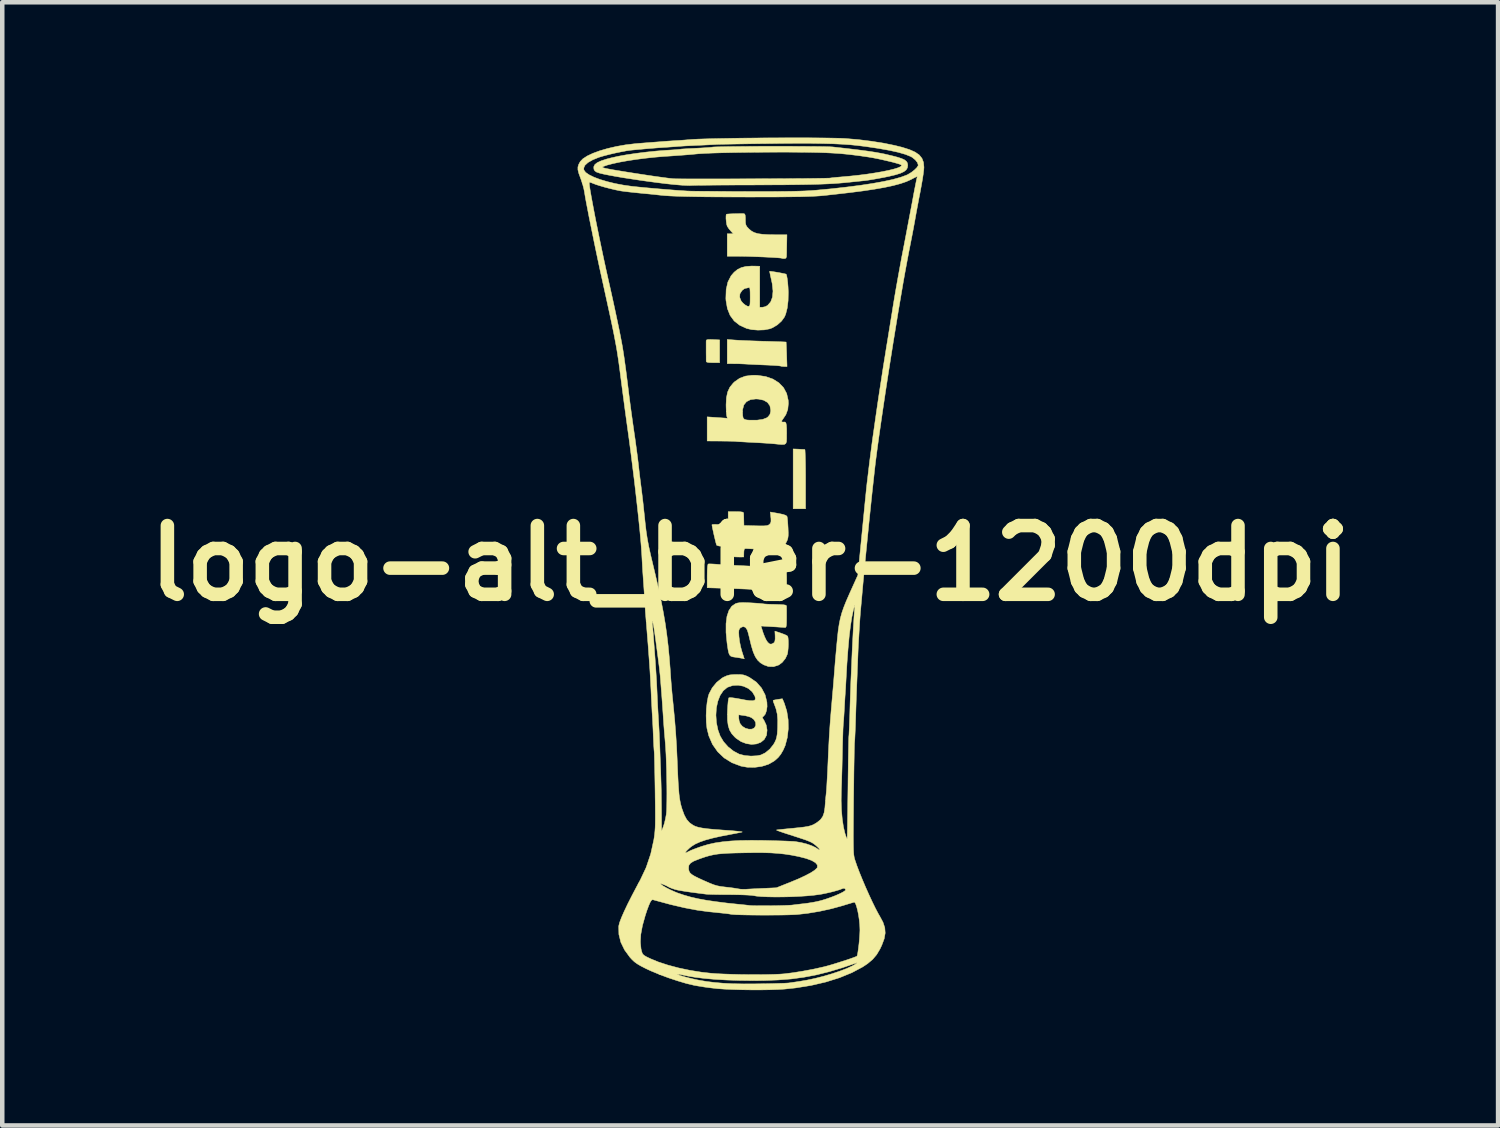
<source format=kicad_pcb>
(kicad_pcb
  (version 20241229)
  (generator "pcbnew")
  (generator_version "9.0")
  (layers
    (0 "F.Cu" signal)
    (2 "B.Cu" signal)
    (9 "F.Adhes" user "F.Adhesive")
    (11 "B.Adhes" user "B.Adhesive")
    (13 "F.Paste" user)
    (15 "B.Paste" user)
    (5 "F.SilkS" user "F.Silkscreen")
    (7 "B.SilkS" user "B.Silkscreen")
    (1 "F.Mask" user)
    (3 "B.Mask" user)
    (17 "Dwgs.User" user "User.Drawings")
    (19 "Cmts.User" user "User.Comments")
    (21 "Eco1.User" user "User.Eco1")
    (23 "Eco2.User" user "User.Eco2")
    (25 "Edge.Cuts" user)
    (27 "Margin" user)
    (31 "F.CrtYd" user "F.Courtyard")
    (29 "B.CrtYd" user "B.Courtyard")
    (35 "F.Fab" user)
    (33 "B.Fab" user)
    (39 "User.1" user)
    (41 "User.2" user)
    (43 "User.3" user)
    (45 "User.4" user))
  (footprint "logo-alt_bier-1200dpi"
    (layer "F.Cu")
    (at 13.578 9.434)
    (property "Reference" "logo-alt_bier-1200dpi" (at 0 0 0) (layer "F.SilkS") (effects (font (size 1.524 1.524) (thickness 0.3))))
    (attr through_hole)
    (fp_poly (pts (xy 1.074 -2.528) (xy 1.143 -2.524) (xy 1.194 -2.522) (xy 1.212 -2.52) (xy 1.216 -2.5) (xy 1.219 -2.442) (xy 1.222 -2.352) (xy 1.225 -2.235) (xy 1.227 -2.096) (xy 1.228 -1.94) (xy 1.228 -1.863) (xy 1.228 -1.206) (xy 0.953 -1.206) (xy 0.953 -2.533) (xy 1.074 -2.528)) (stroke (width 0.01) (type solid)) (fill yes) (layer "F.SilkS"))
    (fp_poly (pts (xy -0.826 -4.957) (xy -0.677 -4.95) (xy -0.677 -4.445) (xy -0.826 -4.445) (xy -0.912 -4.448) (xy -0.96 -4.457) (xy -0.974 -4.471) (xy -0.975 -4.514) (xy -0.975 -4.584) (xy -0.976 -4.669) (xy -0.976 -4.758) (xy -0.976 -4.839) (xy -0.976 -4.901) (xy -0.975 -4.932) (xy -0.967 -4.949) (xy -0.938 -4.957) (xy -0.88 -4.959) (xy -0.826 -4.957)) (stroke (width 0.01) (type solid)) (fill yes) (layer "F.SilkS"))
    (fp_poly (pts (xy -0.312 -4.945) (xy -0.23 -4.94) (xy -0.115 -4.935) (xy 0.022 -4.929) (xy 0.17 -4.924) (xy 0.32 -4.919) (xy 0.339 -4.919) (xy 0.473 -4.915) (xy 0.591 -4.911) (xy 0.688 -4.908) (xy 0.758 -4.905) (xy 0.793 -4.903) (xy 0.797 -4.903) (xy 0.798 -4.882) (xy 0.801 -4.827) (xy 0.804 -4.745) (xy 0.808 -4.646) (xy 0.808 -4.63) (xy 0.817 -4.36) (xy 0.751 -4.36) (xy 0.701 -4.363) (xy 0.675 -4.37) (xy 0.675 -4.37) (xy 0.651 -4.374) (xy 0.593 -4.38) (xy 0.508 -4.385) (xy 0.403 -4.391) (xy 0.348 -4.393) (xy 0.227 -4.398) (xy 0.111 -4.403) (xy 0.012 -4.408) (xy -0.059 -4.412) (xy -0.074 -4.413) (xy -0.15 -4.417) (xy -0.247 -4.421) (xy -0.344 -4.422) (xy -0.508 -4.424) (xy -0.508 -4.959) (xy -0.312 -4.945)) (stroke (width 0.01) (type solid)) (fill yes) (layer "F.SilkS"))
    (fp_poly (pts (xy -0.838 0.017) (xy -0.758 0.022) (xy -0.736 0.024) (xy -0.653 0.03) (xy -0.541 0.037) (xy -0.411 0.044) (xy -0.277 0.051) (xy -0.225 0.053) (xy -0.104 0.059) (xy 0.007 0.064) (xy 0.098 0.07) (xy 0.16 0.074) (xy 0.18 0.076) (xy 0.225 0.079) (xy 0.302 0.082) (xy 0.4 0.085) (xy 0.509 0.087) (xy 0.514 0.087) (xy 0.617 0.09) (xy 0.704 0.095) (xy 0.766 0.102) (xy 0.796 0.109) (xy 0.797 0.11) (xy 0.801 0.138) (xy 0.805 0.199) (xy 0.808 0.284) (xy 0.809 0.377) (xy 0.809 0.624) (xy 0.754 0.627) (xy 0.711 0.626) (xy 0.693 0.623) (xy 0.671 0.619) (xy 0.614 0.615) (xy 0.531 0.61) (xy 0.428 0.604) (xy 0.391 0.603) (xy 0.279 0.597) (xy 0.179 0.591) (xy 0.099 0.586) (xy 0.05 0.582) (xy 0.043 0.581) (xy 0.007 0.578) (xy -0.064 0.574) (xy -0.164 0.57) (xy -0.285 0.565) (xy -0.421 0.56) (xy -0.481 0.558) (xy -0.953 0.544) (xy -0.953 0.284) (xy -0.951 0.16) (xy -0.945 0.074) (xy -0.936 0.026) (xy -0.929 0.017) (xy -0.899 0.015) (xy -0.838 0.017)) (stroke (width 0.01) (type solid)) (fill yes) (layer "F.SilkS"))
    (fp_poly (pts (xy -0.151 -7.749) (xy -0.143 -7.748) (xy -0.122 -7.741) (xy -0.111 -7.715) (xy -0.106 -7.661) (xy -0.106 -7.618) (xy -0.104 -7.543) (xy -0.093 -7.494) (xy -0.068 -7.453) (xy -0.026 -7.409) (xy 0.028 -7.363) (xy 0.092 -7.329) (xy 0.171 -7.305) (xy 0.273 -7.291) (xy 0.405 -7.283) (xy 0.546 -7.281) (xy 0.815 -7.281) (xy 0.811 -7.064) (xy 0.809 -6.968) (xy 0.808 -6.883) (xy 0.806 -6.821) (xy 0.806 -6.8) (xy 0.793 -6.762) (xy 0.755 -6.752) (xy 0.713 -6.755) (xy 0.697 -6.761) (xy 0.673 -6.765) (xy 0.614 -6.77) (xy 0.527 -6.776) (xy 0.418 -6.782) (xy 0.295 -6.788) (xy 0.164 -6.793) (xy 0.033 -6.798) (xy -0.091 -6.802) (xy -0.202 -6.804) (xy -0.291 -6.805) (xy -0.508 -6.805) (xy -0.508 -7.054) (xy -0.508 -7.303) (xy -0.373 -7.303) (xy -0.427 -7.361) (xy -0.472 -7.414) (xy -0.506 -7.466) (xy -0.508 -7.469) (xy -0.521 -7.512) (xy -0.53 -7.575) (xy -0.536 -7.643) (xy -0.535 -7.701) (xy -0.528 -7.734) (xy -0.527 -7.735) (xy -0.504 -7.739) (xy -0.45 -7.743) (xy -0.376 -7.746) (xy -0.294 -7.748) (xy -0.215 -7.749) (xy -0.151 -7.749)) (stroke (width 0.01) (type solid)) (fill yes) (layer "F.SilkS"))
    (fp_poly (pts (xy -0.224 -1.141) (xy -0.168 -1.133) (xy -0.147 -1.119) (xy -0.146 -1.117) (xy -0.144 -1.082) (xy -0.142 -1.02) (xy -0.141 -0.963) (xy -0.138 -0.836) (xy 0.124 -0.829) (xy 0.236 -0.827) (xy 0.314 -0.828) (xy 0.366 -0.833) (xy 0.399 -0.842) (xy 0.423 -0.857) (xy 0.428 -0.861) (xy 0.452 -0.89) (xy 0.462 -0.928) (xy 0.461 -0.988) (xy 0.458 -1.017) (xy 0.446 -1.135) (xy 0.624 -1.104) (xy 0.728 -1.082) (xy 0.791 -1.06) (xy 0.816 -1.039) (xy 0.823 -1.005) (xy 0.83 -0.939) (xy 0.836 -0.851) (xy 0.84 -0.783) (xy 0.844 -0.68) (xy 0.843 -0.608) (xy 0.836 -0.556) (xy 0.823 -0.512) (xy 0.801 -0.466) (xy 0.765 -0.405) (xy 0.726 -0.36) (xy 0.677 -0.33) (xy 0.611 -0.311) (xy 0.521 -0.303) (xy 0.402 -0.303) (xy 0.286 -0.307) (xy 0.17 -0.313) (xy 0.066 -0.317) (xy -0.018 -0.321) (xy -0.073 -0.324) (xy -0.085 -0.325) (xy -0.117 -0.323) (xy -0.133 -0.305) (xy -0.139 -0.26) (xy -0.14 -0.233) (xy -0.142 -0.138) (xy -0.224 -0.137) (xy -0.303 -0.139) (xy -0.387 -0.143) (xy -0.397 -0.144) (xy -0.487 -0.151) (xy -0.487 -0.255) (xy -0.49 -0.319) (xy -0.5 -0.351) (xy -0.522 -0.361) (xy -0.524 -0.361) (xy -0.586 -0.365) (xy -0.652 -0.375) (xy -0.709 -0.386) (xy -0.741 -0.398) (xy -0.743 -0.399) (xy -0.751 -0.423) (xy -0.766 -0.478) (xy -0.784 -0.553) (xy -0.804 -0.637) (xy -0.822 -0.72) (xy -0.837 -0.791) (xy -0.846 -0.84) (xy -0.847 -0.853) (xy -0.827 -0.859) (xy -0.775 -0.86) (xy -0.7 -0.858) (xy -0.667 -0.856) (xy -0.487 -0.842) (xy -0.487 -1.143) (xy -0.318 -1.143) (xy -0.224 -1.141)) (stroke (width 0.01) (type solid)) (fill yes) (layer "F.SilkS"))
    (fp_poly (pts (xy 0.143 -6.585) (xy 0.212 -6.583) (xy 0.212 -5.673) (xy 0.272 -5.673) (xy 0.333 -5.686) (xy 0.386 -5.714) (xy 0.455 -5.793) (xy 0.494 -5.898) (xy 0.506 -6.031) (xy 0.489 -6.194) (xy 0.467 -6.297) (xy 0.449 -6.375) (xy 0.437 -6.436) (xy 0.431 -6.468) (xy 0.432 -6.471) (xy 0.453 -6.47) (xy 0.505 -6.463) (xy 0.574 -6.452) (xy 0.65 -6.439) (xy 0.72 -6.425) (xy 0.773 -6.414) (xy 0.797 -6.407) (xy 0.797 -6.407) (xy 0.809 -6.376) (xy 0.821 -6.311) (xy 0.832 -6.224) (xy 0.84 -6.122) (xy 0.845 -6.015) (xy 0.845 -6.003) (xy 0.841 -5.82) (xy 0.822 -5.658) (xy 0.788 -5.524) (xy 0.761 -5.459) (xy 0.695 -5.367) (xy 0.602 -5.283) (xy 0.495 -5.219) (xy 0.436 -5.196) (xy 0.312 -5.172) (xy 0.172 -5.167) (xy 0.033 -5.178) (xy -0.078 -5.204) (xy -0.233 -5.275) (xy -0.355 -5.371) (xy -0.445 -5.494) (xy -0.505 -5.645) (xy -0.536 -5.825) (xy -0.539 -5.874) (xy -0.538 -5.893) (xy -0.233 -5.893) (xy -0.2 -5.813) (xy -0.161 -5.766) (xy -0.109 -5.723) (xy -0.061 -5.697) (xy -0.044 -5.694) (xy -0.024 -5.696) (xy -0.011 -5.709) (xy -0.004 -5.739) (xy -0.001 -5.794) (xy -0.000015 -5.883) (xy 0 -5.908) (xy -0.001 -6.005) (xy -0.004 -6.067) (xy -0.01 -6.1) (xy -0.021 -6.111) (xy -0.033 -6.109) (xy -0.082 -6.097) (xy -0.098 -6.096) (xy -0.133 -6.082) (xy -0.177 -6.048) (xy -0.181 -6.044) (xy -0.227 -5.972) (xy -0.233 -5.893) (xy -0.538 -5.893) (xy -0.532 -6.067) (xy -0.494 -6.233) (xy -0.424 -6.37) (xy -0.356 -6.449) (xy -0.28 -6.511) (xy -0.195 -6.553) (xy -0.094 -6.578) (xy 0.033 -6.587) (xy 0.143 -6.585)) (stroke (width 0.01) (type solid)) (fill yes) (layer "F.SilkS"))
    (fp_poly (pts (xy 0.157 -4.165) (xy 0.343 -4.138) (xy 0.504 -4.082) (xy 0.636 -3.999) (xy 0.739 -3.892) (xy 0.809 -3.762) (xy 0.843 -3.613) (xy 0.847 -3.545) (xy 0.834 -3.41) (xy 0.792 -3.295) (xy 0.737 -3.212) (xy 0.702 -3.161) (xy 0.699 -3.135) (xy 0.728 -3.128) (xy 0.755 -3.131) (xy 0.778 -3.127) (xy 0.794 -3.104) (xy 0.803 -3.057) (xy 0.808 -2.979) (xy 0.809 -2.865) (xy 0.808 -2.86) (xy 0.808 -2.761) (xy 0.805 -2.694) (xy 0.79 -2.653) (xy 0.759 -2.634) (xy 0.703 -2.631) (xy 0.617 -2.638) (xy 0.54 -2.646) (xy 0.456 -2.653) (xy 0.343 -2.661) (xy 0.214 -2.669) (xy 0.081 -2.676) (xy 0.042 -2.678) (xy -0.073 -2.684) (xy -0.175 -2.69) (xy -0.255 -2.694) (xy -0.306 -2.698) (xy -0.318 -2.7) (xy -0.349 -2.702) (xy -0.415 -2.704) (xy -0.506 -2.706) (xy -0.613 -2.707) (xy -0.651 -2.708) (xy -0.953 -2.709) (xy -0.953 -3.244) (xy -0.504 -3.213) (xy -0.519 -3.26) (xy -0.525 -3.301) (xy -0.53 -3.361) (xy -0.169 -3.361) (xy -0.166 -3.273) (xy -0.155 -3.218) (xy -0.126 -3.188) (xy -0.075 -3.175) (xy -0.014 -3.171) (xy 0.152 -3.171) (xy 0.28 -3.189) (xy 0.37 -3.224) (xy 0.4 -3.248) (xy 0.439 -3.301) (xy 0.454 -3.365) (xy 0.455 -3.396) (xy 0.437 -3.491) (xy 0.384 -3.564) (xy 0.298 -3.614) (xy 0.182 -3.638) (xy 0.127 -3.641) (xy 0.008 -3.626) (xy -0.081 -3.581) (xy -0.14 -3.508) (xy -0.167 -3.406) (xy -0.169 -3.361) (xy -0.53 -3.361) (xy -0.53 -3.373) (xy -0.533 -3.462) (xy -0.534 -3.512) (xy -0.526 -3.669) (xy -0.499 -3.796) (xy -0.45 -3.901) (xy -0.376 -3.992) (xy -0.343 -4.023) (xy -0.232 -4.1) (xy -0.106 -4.147) (xy 0.042 -4.166) (xy 0.157 -4.165)) (stroke (width 0.01) (type solid)) (fill yes) (layer "F.SilkS"))
    (fp_poly (pts (xy -0.061 0.875) (xy 0.02 0.879) (xy 0.121 0.885) (xy 0.207 0.891) (xy 0.269 0.897) (xy 0.297 0.901) (xy 0.298 0.901) (xy 0.323 0.904) (xy 0.381 0.908) (xy 0.464 0.911) (xy 0.557 0.913) (xy 0.665 0.917) (xy 0.737 0.921) (xy 0.78 0.928) (xy 0.801 0.939) (xy 0.806 0.951) (xy 0.806 0.985) (xy 0.807 1.051) (xy 0.807 1.138) (xy 0.807 1.206) (xy 0.806 1.306) (xy 0.803 1.37) (xy 0.796 1.407) (xy 0.785 1.423) (xy 0.769 1.425) (xy 0.769 1.425) (xy 0.734 1.422) (xy 0.666 1.418) (xy 0.577 1.412) (xy 0.485 1.407) (xy 0.239 1.392) (xy 0.289 1.548) (xy 0.321 1.631) (xy 0.356 1.704) (xy 0.389 1.753) (xy 0.391 1.755) (xy 0.431 1.789) (xy 0.465 1.794) (xy 0.496 1.782) (xy 0.529 1.762) (xy 0.547 1.731) (xy 0.554 1.679) (xy 0.553 1.596) (xy 0.552 1.583) (xy 0.548 1.505) (xy 0.682 1.55) (xy 0.752 1.576) (xy 0.806 1.6) (xy 0.83 1.617) (xy 0.84 1.654) (xy 0.845 1.72) (xy 0.846 1.802) (xy 0.842 1.889) (xy 0.834 1.967) (xy 0.825 2.015) (xy 0.781 2.111) (xy 0.711 2.198) (xy 0.635 2.255) (xy 0.52 2.293) (xy 0.405 2.29) (xy 0.302 2.253) (xy 0.226 2.207) (xy 0.165 2.148) (xy 0.113 2.071) (xy 0.068 1.968) (xy 0.027 1.835) (xy -0.01 1.683) (xy -0.03 1.599) (xy -0.05 1.525) (xy -0.066 1.477) (xy -0.104 1.422) (xy -0.154 1.404) (xy -0.208 1.426) (xy -0.216 1.432) (xy -0.238 1.457) (xy -0.25 1.488) (xy -0.253 1.538) (xy -0.249 1.617) (xy -0.248 1.63) (xy -0.235 1.733) (xy -0.212 1.85) (xy -0.183 1.955) (xy -0.13 2.12) (xy -0.176 2.109) (xy -0.224 2.1) (xy -0.293 2.089) (xy -0.335 2.083) (xy -0.389 2.075) (xy -0.428 2.061) (xy -0.455 2.035) (xy -0.474 1.991) (xy -0.49 1.921) (xy -0.505 1.819) (xy -0.513 1.763) (xy -0.535 1.535) (xy -0.535 1.339) (xy -0.514 1.176) (xy -0.471 1.048) (xy -0.408 0.954) (xy -0.324 0.896) (xy -0.282 0.883) (xy -0.23 0.875) (xy -0.159 0.872) (xy -0.061 0.875)) (stroke (width 0.01) (type solid)) (fill yes) (layer "F.SilkS"))
    (fp_poly (pts (xy -0.216 2.468) (xy -0.15 2.476) (xy -0.091 2.495) (xy -0.023 2.528) (xy -0.004 2.539) (xy 0.14 2.639) (xy 0.252 2.767) (xy 0.331 2.917) (xy 0.371 3.08) (xy 0.375 3.176) (xy 0.362 3.267) (xy 0.337 3.342) (xy 0.301 3.388) (xy 0.298 3.39) (xy 0.276 3.408) (xy 0.274 3.429) (xy 0.296 3.467) (xy 0.309 3.487) (xy 0.355 3.586) (xy 0.375 3.699) (xy 0.364 3.806) (xy 0.36 3.819) (xy 0.311 3.908) (xy 0.235 3.97) (xy 0.139 4.006) (xy 0.03 4.016) (xy -0.086 3.998) (xy -0.202 3.954) (xy -0.31 3.881) (xy -0.341 3.853) (xy -0.409 3.778) (xy -0.457 3.696) (xy -0.487 3.599) (xy -0.503 3.482) (xy -0.504 3.427) (xy -0.254 3.427) (xy -0.244 3.496) (xy -0.221 3.559) (xy -0.173 3.616) (xy -0.105 3.658) (xy -0.029 3.679) (xy 0.042 3.677) (xy 0.094 3.65) (xy 0.125 3.593) (xy 0.12 3.528) (xy 0.085 3.467) (xy 0.024 3.42) (xy -0.033 3.399) (xy -0.109 3.38) (xy -0.145 3.375) (xy -0.254 3.36) (xy -0.254 3.427) (xy -0.504 3.427) (xy -0.505 3.334) (xy -0.502 3.253) (xy -0.496 3.153) (xy -0.489 3.069) (xy -0.48 3.009) (xy -0.472 2.983) (xy -0.445 2.979) (xy -0.385 2.984) (xy -0.302 2.996) (xy -0.243 3.007) (xy -0.106 3.033) (xy -0.005 3.047) (xy 0.063 3.048) (xy 0.102 3.035) (xy 0.116 3.007) (xy 0.109 2.964) (xy 0.103 2.944) (xy 0.046 2.85) (xy -0.041 2.776) (xy -0.147 2.727) (xy -0.265 2.704) (xy -0.384 2.71) (xy -0.497 2.748) (xy -0.508 2.753) (xy -0.596 2.826) (xy -0.666 2.93) (xy -0.717 3.06) (xy -0.749 3.208) (xy -0.759 3.368) (xy -0.748 3.533) (xy -0.714 3.696) (xy -0.664 3.833) (xy -0.591 3.955) (xy -0.489 4.07) (xy -0.369 4.165) (xy -0.245 4.231) (xy -0.243 4.232) (xy -0.121 4.263) (xy 0.017 4.275) (xy 0.153 4.268) (xy 0.236 4.251) (xy 0.337 4.202) (xy 0.434 4.122) (xy 0.516 4.02) (xy 0.544 3.972) (xy 0.571 3.914) (xy 0.588 3.855) (xy 0.6 3.784) (xy 0.607 3.689) (xy 0.609 3.636) (xy 0.611 3.476) (xy 0.6 3.344) (xy 0.573 3.228) (xy 0.536 3.127) (xy 0.516 3.076) (xy 0.509 3.044) (xy 0.51 3.04) (xy 0.534 3.033) (xy 0.586 3.023) (xy 0.616 3.018) (xy 0.714 3.004) (xy 0.757 3.105) (xy 0.812 3.28) (xy 0.842 3.472) (xy 0.845 3.671) (xy 0.823 3.864) (xy 0.776 4.042) (xy 0.731 4.144) (xy 0.678 4.235) (xy 0.623 4.304) (xy 0.552 4.368) (xy 0.525 4.389) (xy 0.404 4.457) (xy 0.258 4.503) (xy 0.098 4.525) (xy -0.067 4.522) (xy -0.206 4.497) (xy -0.403 4.423) (xy -0.576 4.316) (xy -0.72 4.179) (xy -0.835 4.015) (xy -0.917 3.826) (xy -0.958 3.659) (xy -0.972 3.527) (xy -0.976 3.379) (xy -0.97 3.226) (xy -0.954 3.082) (xy -0.931 2.959) (xy -0.912 2.897) (xy -0.841 2.762) (xy -0.742 2.641) (xy -0.623 2.546) (xy -0.585 2.524) (xy -0.517 2.494) (xy -0.452 2.476) (xy -0.373 2.469) (xy -0.307 2.467) (xy -0.216 2.468)) (stroke (width 0.01) (type solid)) (fill yes) (layer "F.SilkS"))
    (fp_poly (pts (xy 0.875 -9.24) (xy 1.074 -9.239) (xy 1.259 -9.238) (xy 1.427 -9.237) (xy 1.573 -9.235) (xy 1.692 -9.233) (xy 1.779 -9.23) (xy 1.831 -9.227) (xy 2.125 -9.194) (xy 2.379 -9.164) (xy 2.594 -9.136) (xy 2.772 -9.109) (xy 2.915 -9.083) (xy 2.984 -9.069) (xy 3.145 -9.031) (xy 3.268 -8.999) (xy 3.359 -8.969) (xy 3.422 -8.94) (xy 3.462 -8.908) (xy 3.484 -8.873) (xy 3.492 -8.831) (xy 3.493 -8.816) (xy 3.484 -8.763) (xy 3.457 -8.718) (xy 3.407 -8.679) (xy 3.329 -8.643) (xy 3.22 -8.609) (xy 3.076 -8.575) (xy 2.97 -8.553) (xy 2.848 -8.53) (xy 2.729 -8.509) (xy 2.625 -8.492) (xy 2.547 -8.481) (xy 2.529 -8.479) (xy 2.449 -8.471) (xy 2.344 -8.46) (xy 2.235 -8.449) (xy 2.201 -8.445) (xy 2.089 -8.434) (xy 1.972 -8.424) (xy 1.848 -8.415) (xy 1.713 -8.408) (xy 1.563 -8.402) (xy 1.394 -8.397) (xy 1.202 -8.393) (xy 0.984 -8.39) (xy 0.735 -8.387) (xy 0.452 -8.386) (xy 0.132 -8.385) (xy 0.076 -8.384) (xy -0.159 -8.384) (xy -0.382 -8.383) (xy -0.589 -8.382) (xy -0.777 -8.381) (xy -0.942 -8.379) (xy -1.08 -8.378) (xy -1.188 -8.377) (xy -1.262 -8.375) (xy -1.298 -8.374) (xy -1.3 -8.374) (xy -1.338 -8.372) (xy -1.408 -8.374) (xy -1.499 -8.378) (xy -1.577 -8.384) (xy -1.712 -8.396) (xy -1.871 -8.413) (xy -2.048 -8.435) (xy -2.237 -8.46) (xy -2.431 -8.487) (xy -2.623 -8.516) (xy -2.807 -8.544) (xy -2.976 -8.573) (xy -3.124 -8.6) (xy -3.244 -8.624) (xy -3.329 -8.644) (xy -3.339 -8.647) (xy -3.408 -8.671) (xy -3.445 -8.698) (xy -3.463 -8.733) (xy -3.464 -8.735) (xy -3.466 -8.775) (xy -3.274 -8.775) (xy -3.247 -8.763) (xy -3.209 -8.753) (xy -3.135 -8.738) (xy -3.031 -8.719) (xy -2.903 -8.698) (xy -2.757 -8.674) (xy -2.6 -8.649) (xy -2.437 -8.624) (xy -2.274 -8.599) (xy -2.118 -8.576) (xy -1.974 -8.556) (xy -1.848 -8.539) (xy -1.747 -8.527) (xy -1.704 -8.523) (xy -1.666 -8.521) (xy -1.59 -8.52) (xy -1.48 -8.519) (xy -1.341 -8.518) (xy -1.175 -8.518) (xy -0.988 -8.518) (xy -0.783 -8.518) (xy -0.564 -8.518) (xy -0.335 -8.519) (xy -0.1 -8.52) (xy 0.137 -8.521) (xy 0.373 -8.522) (xy 0.603 -8.523) (xy 0.823 -8.524) (xy 1.03 -8.526) (xy 1.219 -8.527) (xy 1.386 -8.529) (xy 1.528 -8.531) (xy 1.641 -8.533) (xy 1.721 -8.535) (xy 1.763 -8.536) (xy 1.767 -8.537) (xy 1.819 -8.544) (xy 1.898 -8.552) (xy 1.987 -8.56) (xy 2 -8.561) (xy 2.202 -8.579) (xy 2.399 -8.6) (xy 2.589 -8.624) (xy 2.766 -8.651) (xy 2.928 -8.679) (xy 3.069 -8.708) (xy 3.187 -8.737) (xy 3.277 -8.765) (xy 3.335 -8.791) (xy 3.357 -8.815) (xy 3.352 -8.827) (xy 3.322 -8.842) (xy 3.258 -8.862) (xy 3.169 -8.887) (xy 3.061 -8.913) (xy 2.945 -8.94) (xy 2.826 -8.966) (xy 2.713 -8.988) (xy 2.615 -9.004) (xy 2.614 -9.004) (xy 2.444 -9.029) (xy 2.288 -9.049) (xy 2.139 -9.066) (xy 1.993 -9.08) (xy 1.842 -9.09) (xy 1.682 -9.098) (xy 1.505 -9.104) (xy 1.306 -9.108) (xy 1.08 -9.11) (xy 0.82 -9.112) (xy 0.699 -9.112) (xy 0.396 -9.111) (xy 0.107 -9.109) (xy -0.165 -9.106) (xy -0.416 -9.102) (xy -0.643 -9.097) (xy -0.842 -9.091) (xy -1.009 -9.084) (xy -1.14 -9.076) (xy -1.217 -9.069) (xy -1.279 -9.063) (xy -1.358 -9.056) (xy -1.459 -9.048) (xy -1.587 -9.039) (xy -1.747 -9.027) (xy -1.905 -9.017) (xy -2.106 -9) (xy -2.312 -8.978) (xy -2.515 -8.952) (xy -2.709 -8.923) (xy -2.887 -8.891) (xy -3.041 -8.858) (xy -3.165 -8.826) (xy -3.228 -8.804) (xy -3.269 -8.787) (xy -3.274 -8.775) (xy -3.466 -8.775) (xy -3.466 -8.789) (xy -3.443 -8.836) (xy -3.391 -8.878) (xy -3.306 -8.918) (xy -3.184 -8.958) (xy -3.08 -8.985) (xy -2.924 -9.02) (xy -2.736 -9.054) (xy -2.525 -9.085) (xy -2.302 -9.113) (xy -2.077 -9.136) (xy -1.861 -9.153) (xy -1.81 -9.156) (xy -1.71 -9.162) (xy -1.627 -9.168) (xy -1.569 -9.173) (xy -1.545 -9.177) (xy -1.545 -9.177) (xy -1.521 -9.18) (xy -1.462 -9.184) (xy -1.377 -9.189) (xy -1.272 -9.194) (xy -1.217 -9.197) (xy -1.101 -9.203) (xy -0.997 -9.209) (xy -0.913 -9.215) (xy -0.858 -9.22) (xy -0.847 -9.222) (xy -0.81 -9.226) (xy -0.735 -9.229) (xy -0.627 -9.231) (xy -0.491 -9.234) (xy -0.33 -9.236) (xy -0.151 -9.237) (xy 0.043 -9.239) (xy 0.248 -9.24) (xy 0.458 -9.24) (xy 0.668 -9.24) (xy 0.875 -9.24)) (stroke (width 0.01) (type solid)) (fill yes) (layer "F.SilkS"))
    (fp_poly (pts (xy 1.29 -9.429) (xy 1.504 -9.427) (xy 1.697 -9.425) (xy 1.864 -9.422) (xy 2.001 -9.419) (xy 2.104 -9.414) (xy 2.117 -9.413) (xy 2.401 -9.389) (xy 2.682 -9.354) (xy 2.951 -9.312) (xy 3.197 -9.262) (xy 3.367 -9.22) (xy 3.531 -9.168) (xy 3.657 -9.112) (xy 3.748 -9.049) (xy 3.808 -8.974) (xy 3.842 -8.885) (xy 3.852 -8.777) (xy 3.852 -8.776) (xy 3.848 -8.719) (xy 3.837 -8.629) (xy 3.82 -8.515) (xy 3.797 -8.385) (xy 3.772 -8.248) (xy 3.769 -8.23) (xy 3.74 -8.084) (xy 3.713 -7.938) (xy 3.687 -7.801) (xy 3.666 -7.685) (xy 3.651 -7.599) (xy 3.651 -7.599) (xy 3.636 -7.517) (xy 3.615 -7.403) (xy 3.589 -7.267) (xy 3.56 -7.118) (xy 3.53 -6.966) (xy 3.521 -6.921) (xy 3.482 -6.716) (xy 3.437 -6.474) (xy 3.388 -6.2) (xy 3.337 -5.899) (xy 3.282 -5.577) (xy 3.227 -5.24) (xy 3.17 -4.891) (xy 3.114 -4.536) (xy 3.058 -4.181) (xy 3.004 -3.83) (xy 2.953 -3.489) (xy 2.905 -3.162) (xy 2.861 -2.856) (xy 2.822 -2.575) (xy 2.789 -2.324) (xy 2.784 -2.286) (xy 2.769 -2.162) (xy 2.751 -2.001) (xy 2.73 -1.81) (xy 2.706 -1.593) (xy 2.681 -1.356) (xy 2.655 -1.105) (xy 2.628 -0.845) (xy 2.602 -0.582) (xy 2.576 -0.321) (xy 2.551 -0.069) (xy 2.528 0.17) (xy 2.507 0.39) (xy 2.498 0.487) (xy 2.485 0.631) (xy 2.473 0.768) (xy 2.462 0.889) (xy 2.453 0.987) (xy 2.447 1.053) (xy 2.445 1.069) (xy 2.44 1.139) (xy 2.433 1.235) (xy 2.426 1.339) (xy 2.424 1.376) (xy 2.417 1.489) (xy 2.41 1.609) (xy 2.404 1.714) (xy 2.403 1.736) (xy 2.398 1.816) (xy 2.393 1.926) (xy 2.388 2.052) (xy 2.383 2.181) (xy 2.382 2.212) (xy 2.376 2.352) (xy 2.371 2.505) (xy 2.365 2.651) (xy 2.36 2.775) (xy 2.36 2.783) (xy 2.356 2.889) (xy 2.351 3.025) (xy 2.346 3.177) (xy 2.341 3.334) (xy 2.337 3.461) (xy 2.333 3.595) (xy 2.328 3.72) (xy 2.323 3.827) (xy 2.319 3.908) (xy 2.315 3.956) (xy 2.315 3.958) (xy 2.312 3.993) (xy 2.31 4.065) (xy 2.307 4.172) (xy 2.305 4.31) (xy 2.302 4.473) (xy 2.299 4.658) (xy 2.297 4.861) (xy 2.294 5.078) (xy 2.292 5.239) (xy 2.29 5.496) (xy 2.288 5.714) (xy 2.287 5.897) (xy 2.286 6.049) (xy 2.287 6.172) (xy 2.288 6.272) (xy 2.29 6.351) (xy 2.293 6.413) (xy 2.297 6.461) (xy 2.303 6.5) (xy 2.309 6.533) (xy 2.318 6.563) (xy 2.324 6.583) (xy 2.365 6.703) (xy 2.42 6.848) (xy 2.486 7.01) (xy 2.558 7.18) (xy 2.634 7.35) (xy 2.709 7.511) (xy 2.779 7.654) (xy 2.841 7.771) (xy 2.873 7.826) (xy 2.944 7.958) (xy 2.984 8.079) (xy 2.993 8.198) (xy 2.971 8.324) (xy 2.918 8.466) (xy 2.878 8.551) (xy 2.804 8.676) (xy 2.714 8.782) (xy 2.601 8.877) (xy 2.493 8.949) (xy 2.254 9.076) (xy 1.98 9.188) (xy 1.677 9.283) (xy 1.349 9.359) (xy 1.001 9.415) (xy 0.762 9.44) (xy 0.617 9.449) (xy 0.439 9.455) (xy 0.24 9.458) (xy 0.03 9.458) (xy -0.182 9.455) (xy -0.385 9.449) (xy -0.569 9.441) (xy -0.723 9.43) (xy -0.751 9.427) (xy -0.882 9.412) (xy -1.024 9.393) (xy -1.158 9.371) (xy -1.247 9.355) (xy -1.418 9.314) (xy -1.612 9.256) (xy -1.817 9.188) (xy -2.02 9.112) (xy -2.028 9.108) (xy -1.622 9.108) (xy -1.609 9.118) (xy -1.562 9.135) (xy -1.491 9.157) (xy -1.403 9.181) (xy -1.307 9.205) (xy -1.212 9.227) (xy -1.154 9.239) (xy -0.975 9.27) (xy -0.792 9.293) (xy -0.598 9.31) (xy -0.385 9.321) (xy -0.147 9.325) (xy 0.124 9.324) (xy 0.191 9.323) (xy 0.349 9.321) (xy 0.497 9.318) (xy 0.627 9.314) (xy 0.735 9.311) (xy 0.812 9.307) (xy 0.855 9.304) (xy 0.857 9.304) (xy 0.909 9.296) (xy 0.987 9.285) (xy 1.076 9.272) (xy 1.09 9.27) (xy 1.26 9.241) (xy 1.443 9.202) (xy 1.631 9.154) (xy 1.814 9.1) (xy 1.987 9.042) (xy 2.139 8.984) (xy 2.263 8.927) (xy 2.329 8.89) (xy 2.364 8.865) (xy 2.37 8.856) (xy 2.36 8.858) (xy 2.041 8.967) (xy 1.747 9.055) (xy 1.467 9.125) (xy 1.192 9.177) (xy 0.911 9.215) (xy 0.615 9.238) (xy 0.295 9.25) (xy 0.053 9.252) (xy -0.24 9.248) (xy -0.519 9.239) (xy -0.78 9.224) (xy -1.016 9.203) (xy -1.223 9.178) (xy -1.394 9.149) (xy -1.421 9.143) (xy -1.506 9.125) (xy -1.573 9.113) (xy -1.615 9.108) (xy -1.622 9.108) (xy -2.028 9.108) (xy -2.207 9.034) (xy -2.318 8.982) (xy -2.425 8.927) (xy -2.504 8.88) (xy -2.566 8.835) (xy -2.621 8.783) (xy -2.665 8.735) (xy -2.784 8.572) (xy -2.867 8.401) (xy -2.868 8.397) (xy -2.434 8.397) (xy -2.419 8.548) (xy -2.41 8.587) (xy -2.396 8.634) (xy -2.379 8.667) (xy -2.348 8.695) (xy -2.297 8.725) (xy -2.215 8.764) (xy -2.214 8.765) (xy -2.034 8.839) (xy -1.82 8.909) (xy -1.582 8.972) (xy -1.33 9.025) (xy -1.072 9.066) (xy -0.866 9.089) (xy -0.735 9.099) (xy -0.576 9.106) (xy -0.397 9.112) (xy -0.205 9.117) (xy -0.009 9.119) (xy 0.185 9.119) (xy 0.367 9.118) (xy 0.529 9.114) (xy 0.665 9.108) (xy 0.758 9.101) (xy 0.957 9.076) (xy 1.179 9.04) (xy 1.404 8.998) (xy 1.613 8.951) (xy 1.651 8.942) (xy 1.726 8.922) (xy 1.82 8.895) (xy 1.926 8.862) (xy 2.036 8.827) (xy 2.142 8.793) (xy 2.236 8.761) (xy 2.31 8.734) (xy 2.356 8.716) (xy 2.367 8.71) (xy 2.377 8.682) (xy 2.388 8.621) (xy 2.4 8.536) (xy 2.412 8.437) (xy 2.422 8.333) (xy 2.429 8.233) (xy 2.433 8.146) (xy 2.433 8.117) (xy 2.429 8.016) (xy 2.418 7.907) (xy 2.402 7.798) (xy 2.382 7.696) (xy 2.359 7.61) (xy 2.337 7.547) (xy 2.315 7.514) (xy 2.306 7.512) (xy 2.274 7.522) (xy 2.212 7.541) (xy 2.128 7.566) (xy 2.044 7.592) (xy 1.799 7.659) (xy 1.535 7.717) (xy 1.27 7.761) (xy 1.037 7.787) (xy 0.955 7.791) (xy 0.844 7.795) (xy 0.71 7.798) (xy 0.56 7.799) (xy 0.401 7.8) (xy 0.239 7.8) (xy 0.081 7.799) (xy -0.067 7.797) (xy -0.197 7.794) (xy -0.304 7.791) (xy -0.38 7.786) (xy -0.413 7.783) (xy -0.473 7.773) (xy -0.55 7.763) (xy -0.582 7.76) (xy -0.648 7.753) (xy -0.742 7.743) (xy -0.849 7.732) (xy -0.921 7.725) (xy -1.171 7.691) (xy -1.453 7.638) (xy -1.761 7.566) (xy -2.091 7.477) (xy -2.16 7.458) (xy -2.184 7.467) (xy -2.213 7.508) (xy -2.247 7.585) (xy -2.289 7.698) (xy -2.326 7.811) (xy -2.388 8.033) (xy -2.424 8.227) (xy -2.434 8.397) (xy -2.868 8.397) (xy -2.91 8.227) (xy -2.914 8.053) (xy -2.912 8.036) (xy -2.894 7.964) (xy -2.854 7.858) (xy -2.794 7.721) (xy -2.715 7.554) (xy -2.616 7.359) (xy -2.5 7.139) (xy -2.48 7.101) (xy -1.99 7.101) (xy -1.971 7.124) (xy -1.922 7.158) (xy -1.85 7.199) (xy -1.763 7.243) (xy -1.67 7.284) (xy -1.609 7.309) (xy -1.467 7.357) (xy -1.317 7.4) (xy -1.151 7.438) (xy -0.965 7.472) (xy -0.752 7.503) (xy -0.508 7.534) (xy -0.286 7.557) (xy -0.187 7.567) (xy -0.1 7.576) (xy -0.037 7.583) (xy -0.011 7.587) (xy 0.039 7.59) (xy 0.123 7.592) (xy 0.231 7.593) (xy 0.355 7.593) (xy 0.487 7.592) (xy 0.617 7.59) (xy 0.737 7.587) (xy 0.838 7.583) (xy 0.911 7.579) (xy 0.931 7.577) (xy 1.03 7.565) (xy 1.137 7.552) (xy 1.196 7.546) (xy 1.285 7.534) (xy 1.391 7.517) (xy 1.48 7.5) (xy 1.574 7.477) (xy 1.679 7.445) (xy 1.788 7.407) (xy 1.892 7.367) (xy 1.985 7.326) (xy 2.058 7.289) (xy 2.104 7.258) (xy 2.117 7.24) (xy 2.101 7.211) (xy 2.062 7.206) (xy 2.036 7.216) (xy 1.986 7.236) (xy 1.905 7.26) (xy 1.805 7.287) (xy 1.696 7.312) (xy 1.589 7.334) (xy 1.535 7.343) (xy 1.406 7.36) (xy 1.253 7.374) (xy 1.083 7.385) (xy 0.904 7.393) (xy 0.723 7.397) (xy 0.549 7.398) (xy 0.388 7.395) (xy 0.249 7.389) (xy 0.139 7.379) (xy 0.082 7.369) (xy 0.031 7.362) (xy -0.054 7.356) (xy -0.165 7.351) (xy -0.294 7.348) (xy -0.433 7.346) (xy -0.458 7.346) (xy -0.596 7.346) (xy -0.725 7.344) (xy -0.837 7.342) (xy -0.924 7.339) (xy -0.978 7.336) (xy -0.984 7.335) (xy -1.165 7.312) (xy -1.309 7.293) (xy -1.421 7.277) (xy -1.508 7.263) (xy -1.574 7.252) (xy -1.626 7.241) (xy -1.667 7.23) (xy -1.683 7.225) (xy -1.747 7.203) (xy -1.795 7.183) (xy -1.81 7.175) (xy -1.841 7.157) (xy -1.889 7.135) (xy -1.939 7.115) (xy -1.977 7.102) (xy -1.99 7.101) (xy -2.48 7.101) (xy -2.434 7.017) (xy -2.31 6.754) (xy -1.367 6.754) (xy -1.361 6.8) (xy -1.35 6.837) (xy -1.329 6.869) (xy -1.292 6.901) (xy -1.233 6.937) (xy -1.147 6.98) (xy -1.028 7.035) (xy -1.013 7.041) (xy -0.897 7.092) (xy -0.808 7.127) (xy -0.731 7.15) (xy -0.655 7.165) (xy -0.567 7.176) (xy -0.55 7.178) (xy -0.453 7.189) (xy -0.363 7.201) (xy -0.295 7.212) (xy -0.275 7.216) (xy -0.208 7.226) (xy -0.126 7.228) (xy -0.095 7.227) (xy -0.033 7.223) (xy 0.059 7.218) (xy 0.169 7.213) (xy 0.286 7.207) (xy 0.296 7.207) (xy 0.582 7.194) (xy 0.907 7.064) (xy 1.078 6.993) (xy 1.223 6.925) (xy 1.341 6.863) (xy 1.427 6.807) (xy 1.478 6.76) (xy 1.489 6.743) (xy 1.489 6.689) (xy 1.447 6.638) (xy 1.364 6.589) (xy 1.241 6.544) (xy 1.077 6.502) (xy 1.062 6.499) (xy 0.914 6.47) (xy 0.77 6.448) (xy 0.621 6.432) (xy 0.459 6.421) (xy 0.278 6.416) (xy 0.068 6.416) (xy -0.129 6.419) (xy -0.32 6.423) (xy -0.477 6.428) (xy -0.605 6.436) (xy -0.713 6.446) (xy -0.808 6.461) (xy -0.898 6.481) (xy -0.989 6.507) (xy -1.089 6.541) (xy -1.152 6.564) (xy -1.256 6.606) (xy -1.322 6.648) (xy -1.358 6.695) (xy -1.367 6.754) (xy -2.31 6.754) (xy -2.304 6.74) (xy -2.204 6.443) (xy -2.135 6.128) (xy -2.125 6.064) (xy -2.117 6.002) (xy -2.111 5.937) (xy -2.106 5.864) (xy -2.103 5.776) (xy -2.102 5.67) (xy -2.102 5.539) (xy -2.103 5.379) (xy -2.106 5.185) (xy -2.107 5.069) (xy -2.11 4.884) (xy -2.113 4.71) (xy -2.116 4.552) (xy -2.119 4.416) (xy -2.122 4.305) (xy -2.124 4.227) (xy -2.127 4.184) (xy -2.127 4.18) (xy -2.131 4.137) (xy -2.136 4.06) (xy -2.141 3.961) (xy -2.146 3.848) (xy -2.148 3.81) (xy -2.153 3.686) (xy -2.159 3.564) (xy -2.164 3.457) (xy -2.169 3.377) (xy -2.17 3.365) (xy -2.175 3.287) (xy -2.18 3.181) (xy -2.186 3.064) (xy -2.191 2.974) (xy -2.198 2.813) (xy -2.206 2.661) (xy -2.214 2.512) (xy -2.223 2.361) (xy -2.234 2.201) (xy -2.247 2.027) (xy -2.261 1.833) (xy -2.279 1.613) (xy -2.299 1.361) (xy -2.305 1.292) (xy -2.175 1.292) (xy -2.17 1.333) (xy -2.164 1.394) (xy -2.156 1.477) (xy -2.149 1.556) (xy -2.125 1.88) (xy -2.104 2.164) (xy -2.088 2.409) (xy -2.075 2.616) (xy -2.067 2.788) (xy -2.065 2.826) (xy -2.058 2.989) (xy -2.051 3.142) (xy -2.042 3.301) (xy -2.032 3.476) (xy -2.021 3.662) (xy -2.018 3.717) (xy -2.015 3.78) (xy -2.012 3.857) (xy -2.008 3.951) (xy -2.003 4.067) (xy -1.998 4.21) (xy -1.992 4.382) (xy -1.984 4.59) (xy -1.979 4.752) (xy -1.975 4.88) (xy -1.971 5.035) (xy -1.969 5.205) (xy -1.967 5.375) (xy -1.966 5.503) (xy -1.964 5.937) (xy -1.923 5.834) (xy -1.9 5.76) (xy -1.877 5.664) (xy -1.86 5.57) (xy -1.853 5.5) (xy -1.849 5.395) (xy -1.847 5.262) (xy -1.846 5.107) (xy -1.847 4.936) (xy -1.85 4.758) (xy -1.853 4.578) (xy -1.859 4.404) (xy -1.865 4.243) (xy -1.873 4.1) (xy -1.881 3.984) (xy -1.882 3.979) (xy -1.892 3.86) (xy -1.903 3.733) (xy -1.912 3.617) (xy -1.915 3.577) (xy -1.933 3.31) (xy -1.949 3.081) (xy -1.963 2.888) (xy -1.976 2.727) (xy -1.986 2.596) (xy -1.995 2.49) (xy -2.004 2.407) (xy -2.011 2.343) (xy -2.011 2.339) (xy -2.043 2.088) (xy -2.071 1.876) (xy -2.094 1.702) (xy -2.114 1.562) (xy -2.13 1.455) (xy -2.143 1.378) (xy -2.153 1.329) (xy -2.159 1.308) (xy -2.172 1.282) (xy -2.175 1.292) (xy -2.305 1.292) (xy -2.317 1.143) (xy -2.323 1.069) (xy -2.329 0.969) (xy -2.336 0.861) (xy -2.339 0.815) (xy -2.345 0.708) (xy -2.352 0.603) (xy -2.358 0.516) (xy -2.36 0.487) (xy -2.371 0.332) (xy -2.384 0.143) (xy -2.396 -0.07) (xy -2.403 -0.201) (xy -2.413 -0.348) (xy -2.428 -0.531) (xy -2.448 -0.747) (xy -2.473 -0.99) (xy -2.502 -1.255) (xy -2.534 -1.538) (xy -2.568 -1.833) (xy -2.606 -2.136) (xy -2.644 -2.442) (xy -2.684 -2.746) (xy -2.72 -3.006) (xy -2.747 -3.202) (xy -2.776 -3.415) (xy -2.805 -3.633) (xy -2.833 -3.844) (xy -2.858 -4.036) (xy -2.878 -4.191) (xy -2.895 -4.321) (xy -2.911 -4.44) (xy -2.928 -4.555) (xy -2.945 -4.667) (xy -2.964 -4.782) (xy -2.987 -4.905) (xy -3.012 -5.038) (xy -3.042 -5.186) (xy -3.077 -5.354) (xy -3.118 -5.545) (xy -3.166 -5.764) (xy -3.221 -6.015) (xy -3.284 -6.302) (xy -3.302 -6.382) (xy -3.337 -6.543) (xy -3.375 -6.721) (xy -3.415 -6.911) (xy -3.456 -7.108) (xy -3.496 -7.305) (xy -3.535 -7.497) (xy -3.572 -7.679) (xy -3.604 -7.846) (xy -3.632 -7.991) (xy -3.654 -8.11) (xy -3.668 -8.196) (xy -3.674 -8.234) (xy -3.689 -8.308) (xy -3.715 -8.404) (xy -3.72 -8.417) (xy -3.567 -8.417) (xy -3.56 -8.354) (xy -3.545 -8.258) (xy -3.523 -8.131) (xy -3.495 -7.979) (xy -3.462 -7.804) (xy -3.425 -7.612) (xy -3.383 -7.405) (xy -3.339 -7.188) (xy -3.292 -6.964) (xy -3.244 -6.737) (xy -3.195 -6.511) (xy -3.146 -6.291) (xy -3.133 -6.234) (xy -3.092 -6.051) (xy -3.048 -5.853) (xy -3.004 -5.651) (xy -2.963 -5.458) (xy -2.927 -5.287) (xy -2.91 -5.207) (xy -2.881 -5.062) (xy -2.856 -4.931) (xy -2.833 -4.809) (xy -2.813 -4.686) (xy -2.793 -4.555) (xy -2.773 -4.409) (xy -2.75 -4.241) (xy -2.725 -4.042) (xy -2.709 -3.916) (xy -2.684 -3.713) (xy -2.659 -3.521) (xy -2.633 -3.328) (xy -2.604 -3.121) (xy -2.571 -2.891) (xy -2.552 -2.762) (xy -2.533 -2.622) (xy -2.513 -2.477) (xy -2.495 -2.339) (xy -2.481 -2.224) (xy -2.476 -2.18) (xy -2.462 -2.053) (xy -2.445 -1.91) (xy -2.428 -1.775) (xy -2.423 -1.736) (xy -2.41 -1.634) (xy -2.399 -1.546) (xy -2.389 -1.464) (xy -2.379 -1.379) (xy -2.368 -1.282) (xy -2.356 -1.165) (xy -2.34 -1.019) (xy -2.329 -0.91) (xy -2.307 -0.721) (xy -2.281 -0.547) (xy -2.248 -0.371) (xy -2.205 -0.178) (xy -2.183 -0.085) (xy -2.102 0.255) (xy -2.032 0.56) (xy -1.973 0.84) (xy -1.923 1.099) (xy -1.881 1.346) (xy -1.847 1.587) (xy -1.818 1.829) (xy -1.794 2.079) (xy -1.773 2.344) (xy -1.768 2.424) (xy -1.759 2.552) (xy -1.75 2.669) (xy -1.74 2.787) (xy -1.728 2.918) (xy -1.712 3.073) (xy -1.704 3.154) (xy -1.674 3.462) (xy -1.651 3.753) (xy -1.632 4.047) (xy -1.619 4.329) (xy -1.61 4.55) (xy -1.602 4.734) (xy -1.594 4.886) (xy -1.585 5.01) (xy -1.577 5.112) (xy -1.567 5.197) (xy -1.555 5.268) (xy -1.542 5.333) (xy -1.526 5.394) (xy -1.509 5.45) (xy -1.461 5.581) (xy -1.408 5.679) (xy -1.343 5.753) (xy -1.263 5.809) (xy -1.213 5.833) (xy -1.149 5.853) (xy -1.065 5.87) (xy -0.956 5.885) (xy -0.817 5.899) (xy -0.642 5.912) (xy -0.593 5.916) (xy -0.471 5.924) (xy -0.361 5.933) (xy -0.27 5.942) (xy -0.206 5.95) (xy -0.176 5.956) (xy -0.175 5.957) (xy -0.192 5.962) (xy -0.244 5.973) (xy -0.321 5.989) (xy -0.418 6.007) (xy -0.429 6.009) (xy -0.652 6.052) (xy -0.837 6.094) (xy -0.989 6.135) (xy -1.113 6.178) (xy -1.214 6.223) (xy -1.295 6.273) (xy -1.342 6.31) (xy -1.401 6.366) (xy -1.432 6.403) (xy -1.433 6.419) (xy -1.404 6.411) (xy -1.371 6.393) (xy -1.322 6.369) (xy -1.245 6.338) (xy -1.151 6.303) (xy -1.077 6.277) (xy -0.933 6.234) (xy -0.78 6.2) (xy -0.613 6.175) (xy -0.427 6.157) (xy -0.216 6.146) (xy 0.026 6.143) (xy 0.303 6.145) (xy 0.339 6.146) (xy 0.495 6.15) (xy 0.643 6.154) (xy 0.775 6.158) (xy 0.885 6.163) (xy 0.965 6.167) (xy 1.005 6.171) (xy 1.129 6.192) (xy 1.252 6.223) (xy 1.362 6.261) (xy 1.447 6.301) (xy 1.473 6.318) (xy 1.521 6.351) (xy 1.542 6.356) (xy 1.537 6.338) (xy 1.506 6.302) (xy 1.46 6.259) (xy 1.424 6.23) (xy 1.389 6.205) (xy 1.347 6.182) (xy 1.294 6.159) (xy 1.222 6.131) (xy 1.126 6.099) (xy 1 6.058) (xy 0.879 6.019) (xy 0.773 5.985) (xy 0.685 5.955) (xy 0.621 5.932) (xy 0.586 5.917) (xy 0.583 5.913) (xy 0.61 5.909) (xy 0.672 5.902) (xy 0.76 5.893) (xy 0.868 5.882) (xy 0.946 5.875) (xy 1.091 5.86) (xy 1.201 5.847) (xy 1.284 5.833) (xy 1.348 5.816) (xy 1.401 5.795) (xy 1.45 5.767) (xy 1.487 5.743) (xy 1.559 5.684) (xy 1.608 5.617) (xy 1.639 5.531) (xy 1.657 5.418) (xy 1.66 5.376) (xy 1.668 5.283) (xy 1.669 5.267) (xy 2.017 5.267) (xy 2.024 5.474) (xy 2.041 5.669) (xy 2.067 5.842) (xy 2.099 5.98) (xy 2.121 6.048) (xy 2.139 6.093) (xy 2.149 6.108) (xy 2.15 6.107) (xy 2.151 6.082) (xy 2.153 6.019) (xy 2.155 5.922) (xy 2.157 5.794) (xy 2.159 5.641) (xy 2.162 5.465) (xy 2.164 5.271) (xy 2.167 5.063) (xy 2.168 4.985) (xy 2.17 4.771) (xy 2.173 4.569) (xy 2.175 4.383) (xy 2.178 4.217) (xy 2.181 4.075) (xy 2.183 3.962) (xy 2.185 3.881) (xy 2.187 3.837) (xy 2.188 3.831) (xy 2.191 3.795) (xy 2.194 3.724) (xy 2.199 3.624) (xy 2.203 3.502) (xy 2.208 3.364) (xy 2.21 3.291) (xy 2.214 3.136) (xy 2.219 2.981) (xy 2.224 2.836) (xy 2.229 2.71) (xy 2.232 2.614) (xy 2.233 2.593) (xy 2.238 2.483) (xy 2.244 2.35) (xy 2.25 2.211) (xy 2.254 2.106) (xy 2.264 1.878) (xy 2.275 1.662) (xy 2.285 1.463) (xy 2.296 1.287) (xy 2.305 1.139) (xy 2.314 1.024) (xy 2.319 0.974) (xy 2.321 0.936) (xy 2.317 0.934) (xy 2.305 0.971) (xy 2.288 1.037) (xy 2.254 1.195) (xy 2.223 1.393) (xy 2.194 1.631) (xy 2.169 1.906) (xy 2.146 2.217) (xy 2.127 2.551) (xy 2.121 2.662) (xy 2.115 2.773) (xy 2.109 2.867) (xy 2.106 2.91) (xy 2.101 2.987) (xy 2.095 3.09) (xy 2.089 3.203) (xy 2.085 3.27) (xy 2.079 3.372) (xy 2.073 3.464) (xy 2.067 3.535) (xy 2.064 3.567) (xy 2.062 3.604) (xy 2.058 3.678) (xy 2.055 3.781) (xy 2.051 3.908) (xy 2.047 4.052) (xy 2.044 4.202) (xy 2.04 4.372) (xy 2.036 4.546) (xy 2.031 4.714) (xy 2.027 4.866) (xy 2.022 4.992) (xy 2.02 5.059) (xy 2.017 5.267) (xy 1.669 5.267) (xy 1.675 5.196) (xy 1.682 5.132) (xy 1.683 5.122) (xy 1.69 5.05) (xy 1.698 4.939) (xy 1.706 4.792) (xy 1.716 4.612) (xy 1.725 4.413) (xy 1.734 4.204) (xy 1.743 4.027) (xy 1.751 3.873) (xy 1.76 3.732) (xy 1.769 3.594) (xy 1.78 3.45) (xy 1.793 3.289) (xy 1.809 3.103) (xy 1.811 3.08) (xy 1.825 2.916) (xy 1.839 2.758) (xy 1.851 2.613) (xy 1.861 2.488) (xy 1.869 2.39) (xy 1.874 2.328) (xy 1.881 2.236) (xy 1.888 2.149) (xy 1.894 2.085) (xy 1.9 2.019) (xy 1.908 1.931) (xy 1.915 1.852) (xy 1.934 1.652) (xy 1.952 1.486) (xy 1.974 1.344) (xy 2 1.217) (xy 2.033 1.097) (xy 2.075 0.976) (xy 2.128 0.843) (xy 2.195 0.69) (xy 2.21 0.656) (xy 2.387 0.265) (xy 2.487 -0.75) (xy 2.507 -0.954) (xy 2.526 -1.146) (xy 2.543 -1.322) (xy 2.559 -1.477) (xy 2.572 -1.608) (xy 2.583 -1.709) (xy 2.59 -1.777) (xy 2.594 -1.808) (xy 2.594 -1.808) (xy 2.599 -1.844) (xy 2.607 -1.914) (xy 2.618 -2.007) (xy 2.631 -2.116) (xy 2.635 -2.148) (xy 2.655 -2.312) (xy 2.681 -2.511) (xy 2.711 -2.739) (xy 2.747 -2.99) (xy 2.785 -3.257) (xy 2.825 -3.533) (xy 2.867 -3.814) (xy 2.91 -4.091) (xy 2.951 -4.359) (xy 2.992 -4.611) (xy 2.996 -4.636) (xy 3.02 -4.788) (xy 3.05 -4.969) (xy 3.082 -5.168) (xy 3.115 -5.372) (xy 3.147 -5.568) (xy 3.165 -5.683) (xy 3.196 -5.871) (xy 3.233 -6.087) (xy 3.274 -6.317) (xy 3.316 -6.548) (xy 3.356 -6.767) (xy 3.386 -6.921) (xy 3.423 -7.112) (xy 3.462 -7.317) (xy 3.501 -7.524) (xy 3.539 -7.723) (xy 3.573 -7.902) (xy 3.599 -8.04) (xy 3.624 -8.178) (xy 3.648 -8.303) (xy 3.669 -8.408) (xy 3.685 -8.488) (xy 3.696 -8.536) (xy 3.698 -8.546) (xy 3.704 -8.564) (xy 3.699 -8.57) (xy 3.676 -8.562) (xy 3.627 -8.538) (xy 3.567 -8.506) (xy 3.46 -8.458) (xy 3.328 -8.413) (xy 3.167 -8.37) (xy 2.976 -8.329) (xy 2.752 -8.29) (xy 2.492 -8.251) (xy 2.194 -8.213) (xy 1.905 -8.18) (xy 1.822 -8.171) (xy 1.74 -8.162) (xy 1.725 -8.16) (xy 1.641 -8.151) (xy 1.556 -8.143) (xy 1.465 -8.137) (xy 1.364 -8.132) (xy 1.25 -8.128) (xy 1.118 -8.124) (xy 0.965 -8.122) (xy 0.786 -8.12) (xy 0.578 -8.118) (xy 0.337 -8.118) (xy 0.059 -8.117) (xy -0.042 -8.117) (xy -0.397 -8.118) (xy -0.712 -8.119) (xy -0.988 -8.121) (xy -1.23 -8.125) (xy -1.438 -8.129) (xy -1.614 -8.134) (xy -1.763 -8.14) (xy -1.884 -8.148) (xy -1.982 -8.157) (xy -2.011 -8.16) (xy -2.057 -8.165) (xy -2.136 -8.174) (xy -2.239 -8.184) (xy -2.357 -8.195) (xy -2.428 -8.202) (xy -2.555 -8.215) (xy -2.677 -8.228) (xy -2.785 -8.241) (xy -2.866 -8.252) (xy -2.893 -8.257) (xy -2.991 -8.277) (xy -3.104 -8.304) (xy -3.221 -8.334) (xy -3.33 -8.366) (xy -3.422 -8.395) (xy -3.483 -8.419) (xy -3.486 -8.42) (xy -3.534 -8.439) (xy -3.563 -8.444) (xy -3.566 -8.443) (xy -3.567 -8.417) (xy -3.72 -8.417) (xy -3.748 -8.504) (xy -3.761 -8.539) (xy -3.799 -8.643) (xy -3.818 -8.72) (xy -3.818 -8.757) (xy -3.69 -8.757) (xy -3.685 -8.715) (xy -3.647 -8.663) (xy -3.571 -8.61) (xy -3.463 -8.557) (xy -3.328 -8.506) (xy -3.171 -8.459) (xy -2.996 -8.416) (xy -2.81 -8.381) (xy -2.616 -8.353) (xy -2.603 -8.352) (xy -2.477 -8.339) (xy -2.325 -8.324) (xy -2.157 -8.309) (xy -1.982 -8.294) (xy -1.809 -8.28) (xy -1.647 -8.267) (xy -1.505 -8.257) (xy -1.393 -8.25) (xy -1.355 -8.249) (xy -1.307 -8.247) (xy -1.222 -8.246) (xy -1.104 -8.245) (xy -0.956 -8.244) (xy -0.785 -8.243) (xy -0.593 -8.241) (xy -0.385 -8.24) (xy -0.167 -8.24) (xy -0.064 -8.239) (xy 0.234 -8.239) (xy 0.492 -8.239) (xy 0.716 -8.241) (xy 0.908 -8.243) (xy 1.073 -8.247) (xy 1.213 -8.252) (xy 1.333 -8.258) (xy 1.437 -8.266) (xy 1.439 -8.266) (xy 1.804 -8.3) (xy 2.141 -8.338) (xy 2.447 -8.377) (xy 2.722 -8.419) (xy 2.964 -8.463) (xy 3.169 -8.508) (xy 3.337 -8.555) (xy 3.465 -8.602) (xy 3.497 -8.617) (xy 3.573 -8.663) (xy 3.641 -8.716) (xy 3.695 -8.769) (xy 3.723 -8.813) (xy 3.725 -8.826) (xy 3.708 -8.88) (xy 3.661 -8.94) (xy 3.595 -8.994) (xy 3.559 -9.015) (xy 3.442 -9.062) (xy 3.283 -9.108) (xy 3.083 -9.152) (xy 2.841 -9.195) (xy 2.557 -9.237) (xy 2.371 -9.26) (xy 2.221 -9.275) (xy 2.045 -9.287) (xy 1.841 -9.297) (xy 1.605 -9.303) (xy 1.335 -9.307) (xy 1.03 -9.307) (xy 0.685 -9.306) (xy 0.483 -9.303) (xy 0.267 -9.301) (xy 0.059 -9.298) (xy -0.135 -9.295) (xy -0.312 -9.292) (xy -0.466 -9.289) (xy -0.592 -9.287) (xy -0.687 -9.285) (xy -0.745 -9.283) (xy -0.751 -9.282) (xy -0.829 -9.278) (xy -0.936 -9.273) (xy -1.058 -9.267) (xy -1.184 -9.262) (xy -1.206 -9.261) (xy -1.324 -9.255) (xy -1.434 -9.25) (xy -1.525 -9.244) (xy -1.587 -9.24) (xy -1.598 -9.239) (xy -1.657 -9.234) (xy -1.743 -9.228) (xy -1.843 -9.221) (xy -1.894 -9.218) (xy -2.064 -9.206) (xy -2.263 -9.19) (xy -2.477 -9.171) (xy -2.653 -9.154) (xy -2.743 -9.141) (xy -2.859 -9.119) (xy -2.99 -9.092) (xy -3.123 -9.061) (xy -3.242 -9.03) (xy -3.337 -9.002) (xy -3.351 -8.998) (xy -3.491 -8.941) (xy -3.596 -8.881) (xy -3.663 -8.819) (xy -3.69 -8.757) (xy -3.818 -8.757) (xy -3.818 -8.782) (xy -3.801 -8.839) (xy -3.767 -8.902) (xy -3.708 -8.964) (xy -3.613 -9.026) (xy -3.486 -9.086) (xy -3.333 -9.142) (xy -3.158 -9.193) (xy -2.968 -9.237) (xy -2.766 -9.273) (xy -2.56 -9.298) (xy -2.519 -9.302) (xy -2.255 -9.323) (xy -2.029 -9.34) (xy -1.835 -9.355) (xy -1.67 -9.366) (xy -1.651 -9.367) (xy -1.55 -9.373) (xy -1.456 -9.38) (xy -1.384 -9.386) (xy -1.355 -9.388) (xy -1.278 -9.394) (xy -1.164 -9.4) (xy -1.017 -9.405) (xy -0.84 -9.41) (xy -0.64 -9.414) (xy -0.42 -9.418) (xy -0.185 -9.422) (xy 0.061 -9.424) (xy 0.313 -9.427) (xy 0.566 -9.428) (xy 0.817 -9.429) (xy 1.059 -9.429) (xy 1.29 -9.429)) (stroke (width 0.01) (type solid)) (fill yes) (layer "F.SilkS")))
  (gr_rect
    (start -3 -3)
    (end 30.156 21.897)
    (stroke (width 0.1) (type default))
    (fill no)
    (layer "Edge.Cuts")))
</source>
